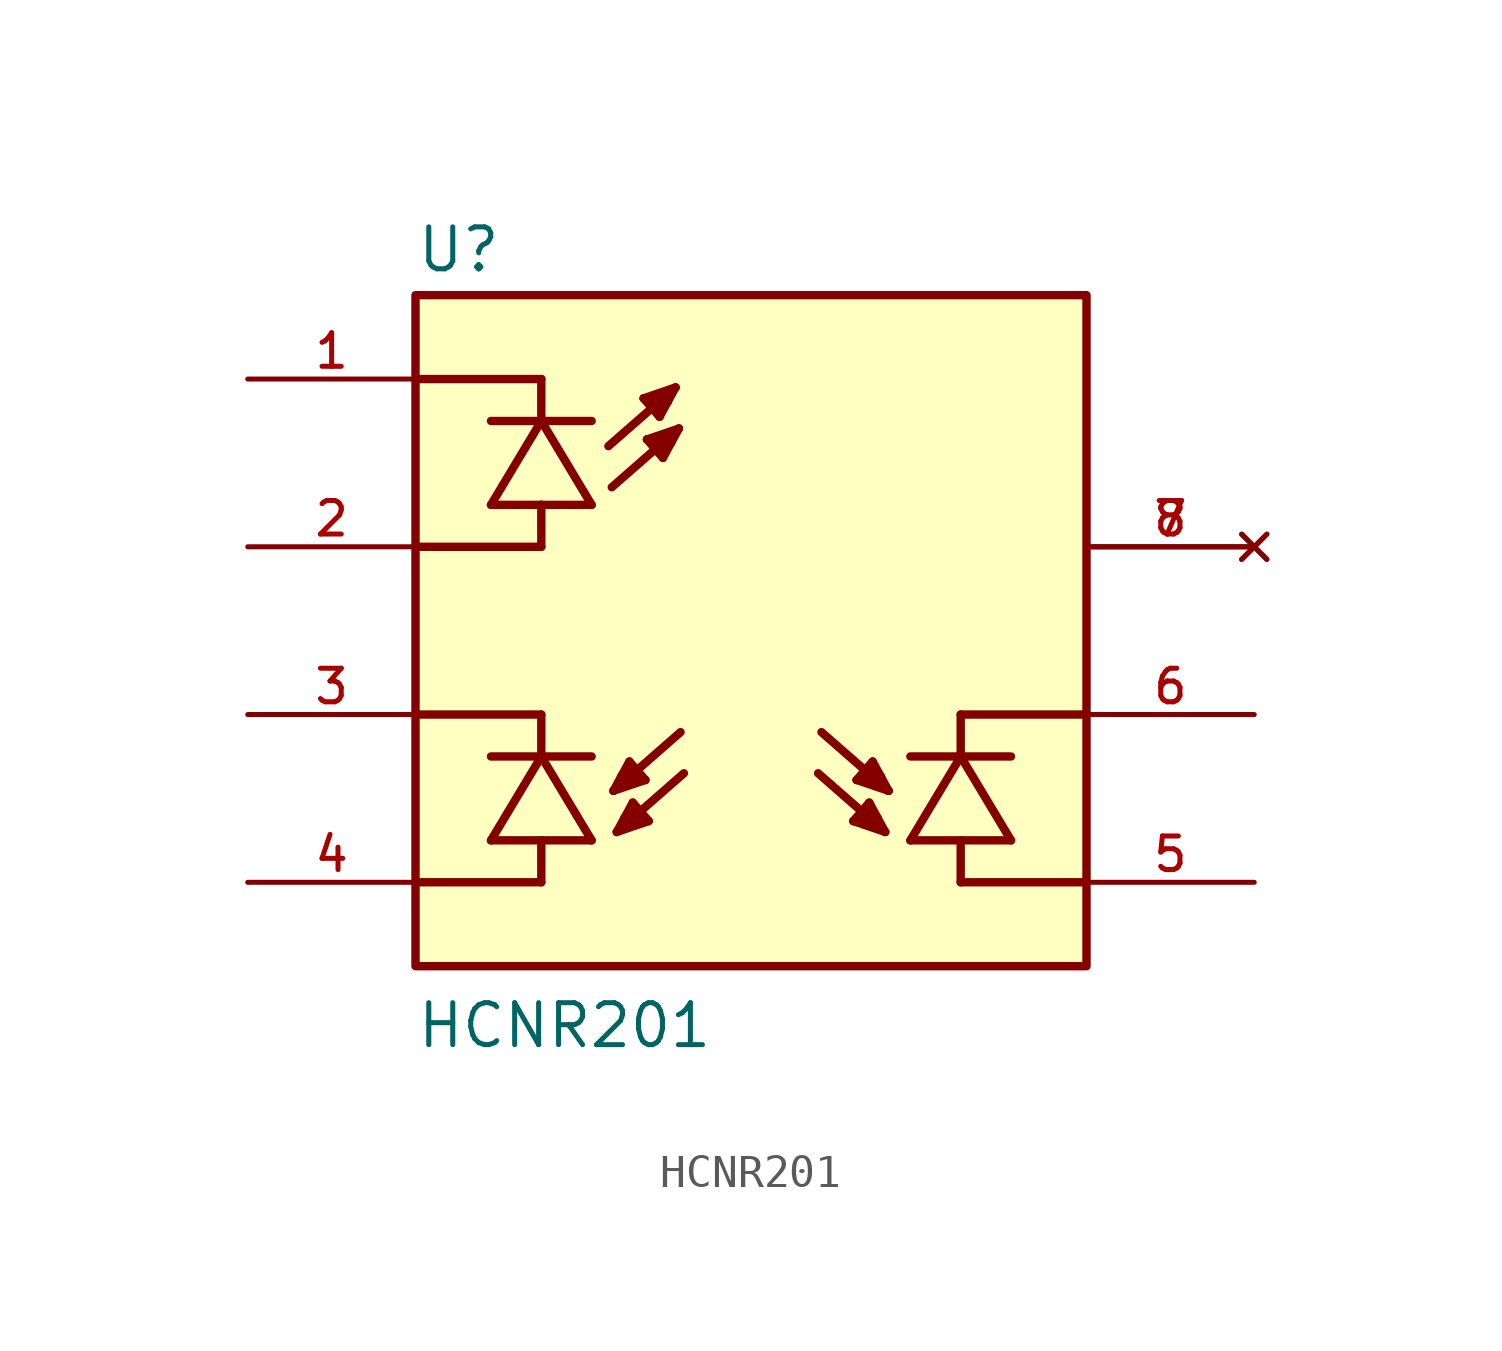
<source format=kicad_sym>
(kicad_symbol_lib
  (version 20211014)
  (generator kicad_symbol_editor)
  (symbol "HCNR201"
    (pin_names
      (offset 1.016))
    (property "Reference" "U"
      (at -10.16 10.795 0)
      (effects (font (size 1.27 1.27)) (justify bottom left)))
    (property "Value" "HCNR201"
      (at -10.16 -12.7 0)
      (effects (font (size 1.27 1.27)) (justify bottom left)))
    (symbol "HCNR201_0_0"
      (polyline (pts (xy -6.35 -3.81) (xy -6.35 -2.54)) (stroke (width 0.254)))
      (polyline (pts (xy -6.35 -6.35) (xy -6.35 -7.62)) (stroke (width 0.254)))
      (polyline (pts (xy 6.35 -3.81) (xy 6.35 -2.54)) (stroke (width 0.254)))
      (polyline (pts (xy 6.35 -6.35) (xy 6.35 -7.62)) (stroke (width 0.254)))
      (polyline (pts (xy -10.16 -2.54) (xy -6.35 -2.54)) (stroke (width 0.254)))
      (polyline (pts (xy -6.35 -7.62) (xy -10.16 -7.62)) (stroke (width 0.254)))
      (polyline (pts (xy 6.35 -2.54) (xy 10.16 -2.54)) (stroke (width 0.254)))
      (polyline (pts (xy 10.16 -7.62) (xy 6.35 -7.62)) (stroke (width 0.254)))
      (polyline (pts (xy -10.16 7.62) (xy -6.35 7.62)) (stroke (width 0.254)))
      (polyline (pts (xy -10.16 2.54) (xy -6.35 2.54)) (stroke (width 0.254)))
      (polyline (pts (xy -4.826 3.81) (xy -6.35 3.81)) (stroke (width 0.254)))
      (polyline (pts (xy -6.35 3.81) (xy -7.874 3.81)) (stroke (width 0.254)))
      (polyline (pts (xy -7.874 3.81) (xy -6.35 6.35)) (stroke (width 0.254)))
      (polyline (pts (xy -6.35 6.35) (xy -4.826 3.81)) (stroke (width 0.254)))
      (polyline (pts (xy -4.826 6.35) (xy -6.35 6.35)) (stroke (width 0.254)))
      (polyline (pts (xy -6.35 6.35) (xy -7.874 6.35)) (stroke (width 0.254)))
      (polyline (pts (xy -2.286 7.366) (xy -4.318 5.588)) (stroke (width 0.254)))
      (polyline (pts (xy -3.251 7.036) (xy -2.769 6.477)) (stroke (width 0.254)))
      (polyline (pts (xy -2.769 6.477) (xy -2.286 7.366)) (stroke (width 0.254)))
      (polyline (pts (xy -2.286 7.366) (xy -3.251 7.036)) (stroke (width 0.254)))
      (polyline (pts (xy -3.251 7.036) (xy -2.515 7.061)) (stroke (width 0.254)))
      (polyline (pts (xy -2.515 7.061) (xy -2.515 6.934)) (stroke (width 0.254)))
      (polyline (pts (xy -2.845 6.655) (xy -2.692 6.883)) (stroke (width 0.254)))
      (polyline (pts (xy -2.184 6.121) (xy -4.216 4.343)) (stroke (width 0.254)))
      (polyline (pts (xy -3.15 5.791) (xy -2.667 5.232)) (stroke (width 0.254)))
      (polyline (pts (xy -2.667 5.232) (xy -2.184 6.121)) (stroke (width 0.254)))
      (polyline (pts (xy -2.184 6.121) (xy -3.15 5.791)) (stroke (width 0.254)))
      (polyline (pts (xy -3.15 5.791) (xy -2.413 5.817)) (stroke (width 0.254)))
      (polyline (pts (xy -2.413 5.817) (xy -2.413 5.69)) (stroke (width 0.254)))
      (polyline (pts (xy -2.743 5.41) (xy -2.591 5.639)) (stroke (width 0.254)))
      (polyline (pts (xy -4.826 -6.35) (xy -6.35 -6.35)) (stroke (width 0.254)))
      (polyline (pts (xy -6.35 -6.35) (xy -7.874 -6.35)) (stroke (width 0.254)))
      (polyline (pts (xy -7.874 -6.35) (xy -6.35 -3.81)) (stroke (width 0.254)))
      (polyline (pts (xy -6.35 -3.81) (xy -4.826 -6.35)) (stroke (width 0.254)))
      (polyline (pts (xy -4.826 -3.81) (xy -7.874 -3.81)) (stroke (width 0.254)))
      (polyline (pts (xy -4.064 -6.096) (xy -2.032 -4.318)) (stroke (width 0.254)))
      (polyline (pts (xy -3.099 -5.766) (xy -3.581 -5.207)) (stroke (width 0.254)))
      (polyline (pts (xy -3.581 -5.207) (xy -4.064 -6.096)) (stroke (width 0.254)))
      (polyline (pts (xy -4.064 -6.096) (xy -3.099 -5.766)) (stroke (width 0.254)))
      (polyline (pts (xy -3.099 -5.766) (xy -3.835 -5.791)) (stroke (width 0.254)))
      (polyline (pts (xy -3.835 -5.791) (xy -3.835 -5.664)) (stroke (width 0.254)))
      (polyline (pts (xy -3.505 -5.385) (xy -3.658 -5.613)) (stroke (width 0.254)))
      (polyline (pts (xy -4.166 -4.851) (xy -2.134 -3.073)) (stroke (width 0.254)))
      (polyline (pts (xy -3.2 -4.521) (xy -3.683 -3.962)) (stroke (width 0.254)))
      (polyline (pts (xy -3.683 -3.962) (xy -4.166 -4.851)) (stroke (width 0.254)))
      (polyline (pts (xy -4.166 -4.851) (xy -3.2 -4.521)) (stroke (width 0.254)))
      (polyline (pts (xy -3.2 -4.521) (xy -3.937 -4.547)) (stroke (width 0.254)))
      (polyline (pts (xy -3.937 -4.547) (xy -3.937 -4.42)) (stroke (width 0.254)))
      (polyline (pts (xy -3.607 -4.14) (xy -3.759 -4.369)) (stroke (width 0.254)))
      (polyline (pts (xy 4.826 -6.35) (xy 6.35 -6.35)) (stroke (width 0.254)))
      (polyline (pts (xy 6.35 -6.35) (xy 7.874 -6.35)) (stroke (width 0.254)))
      (polyline (pts (xy 7.874 -6.35) (xy 6.35 -3.81)) (stroke (width 0.254)))
      (polyline (pts (xy 6.35 -3.81) (xy 4.826 -6.35)) (stroke (width 0.254)))
      (polyline (pts (xy 4.826 -3.81) (xy 7.874 -3.81)) (stroke (width 0.254)))
      (polyline (pts (xy 4.064 -6.096) (xy 2.032 -4.318)) (stroke (width 0.254)))
      (polyline (pts (xy 3.099 -5.766) (xy 3.581 -5.207)) (stroke (width 0.254)))
      (polyline (pts (xy 3.581 -5.207) (xy 4.064 -6.096)) (stroke (width 0.254)))
      (polyline (pts (xy 4.064 -6.096) (xy 3.099 -5.766)) (stroke (width 0.254)))
      (polyline (pts (xy 3.099 -5.766) (xy 3.835 -5.791)) (stroke (width 0.254)))
      (polyline (pts (xy 3.835 -5.791) (xy 3.835 -5.664)) (stroke (width 0.254)))
      (polyline (pts (xy 3.505 -5.385) (xy 3.658 -5.613)) (stroke (width 0.254)))
      (polyline (pts (xy 4.166 -4.851) (xy 2.134 -3.073)) (stroke (width 0.254)))
      (polyline (pts (xy 3.2 -4.521) (xy 3.683 -3.962)) (stroke (width 0.254)))
      (polyline (pts (xy 3.683 -3.962) (xy 4.166 -4.851)) (stroke (width 0.254)))
      (polyline (pts (xy 4.166 -4.851) (xy 3.2 -4.521)) (stroke (width 0.254)))
      (polyline (pts (xy 3.2 -4.521) (xy 3.937 -4.547)) (stroke (width 0.254)))
      (polyline (pts (xy 3.937 -4.547) (xy 3.937 -4.42)) (stroke (width 0.254)))
      (polyline (pts (xy 3.607 -4.14) (xy 3.759 -4.369)) (stroke (width 0.254)))
      (polyline (pts (xy -6.35 2.54) (xy -6.35 3.81)) (stroke (width 0.254)))
      (polyline (pts (xy -6.35 7.62) (xy -6.35 6.35)) (stroke (width 0.254)))
      (rectangle (start -10.16 -10.16) (end 10.16 10.16) (stroke (width 0.254)) (fill (type background)))
      (pin passive line (at -15.24 7.62 0) (length 5.08) (name "~" (effects (font (size 1.016 1.016)))) (number "1" (effects (font (size 1.016 1.016)))))
      (pin passive line (at -15.24 2.54 0) (length 5.08) (name "~" (effects (font (size 1.016 1.016)))) (number "2" (effects (font (size 1.016 1.016)))))
      (pin passive line (at -15.24 -2.54 0) (length 5.08) (name "~" (effects (font (size 1.016 1.016)))) (number "3" (effects (font (size 1.016 1.016)))))
      (pin passive line (at 15.24 -2.54 180.0) (length 5.08) (name "~" (effects (font (size 1.016 1.016)))) (number "6" (effects (font (size 1.016 1.016)))))
      (pin passive line (at -15.24 -7.62 0) (length 5.08) (name "~" (effects (font (size 1.016 1.016)))) (number "4" (effects (font (size 1.016 1.016)))))
      (pin passive line (at 15.24 -7.62 180.0) (length 5.08) (name "~" (effects (font (size 1.016 1.016)))) (number "5" (effects (font (size 1.016 1.016)))))
      (pin no_connect line (at 15.24 2.54 180.0) (length 5.08) (name "~" (effects (font (size 1.016 1.016)))) (number "7" (effects (font (size 1.016 1.016)))))
      (pin no_connect line (at 15.24 2.54 180.0) (length 5.08) (name "~" (effects (font (size 1.016 1.016)))) (number "8" (effects (font (size 1.016 1.016))))))))
</source>
